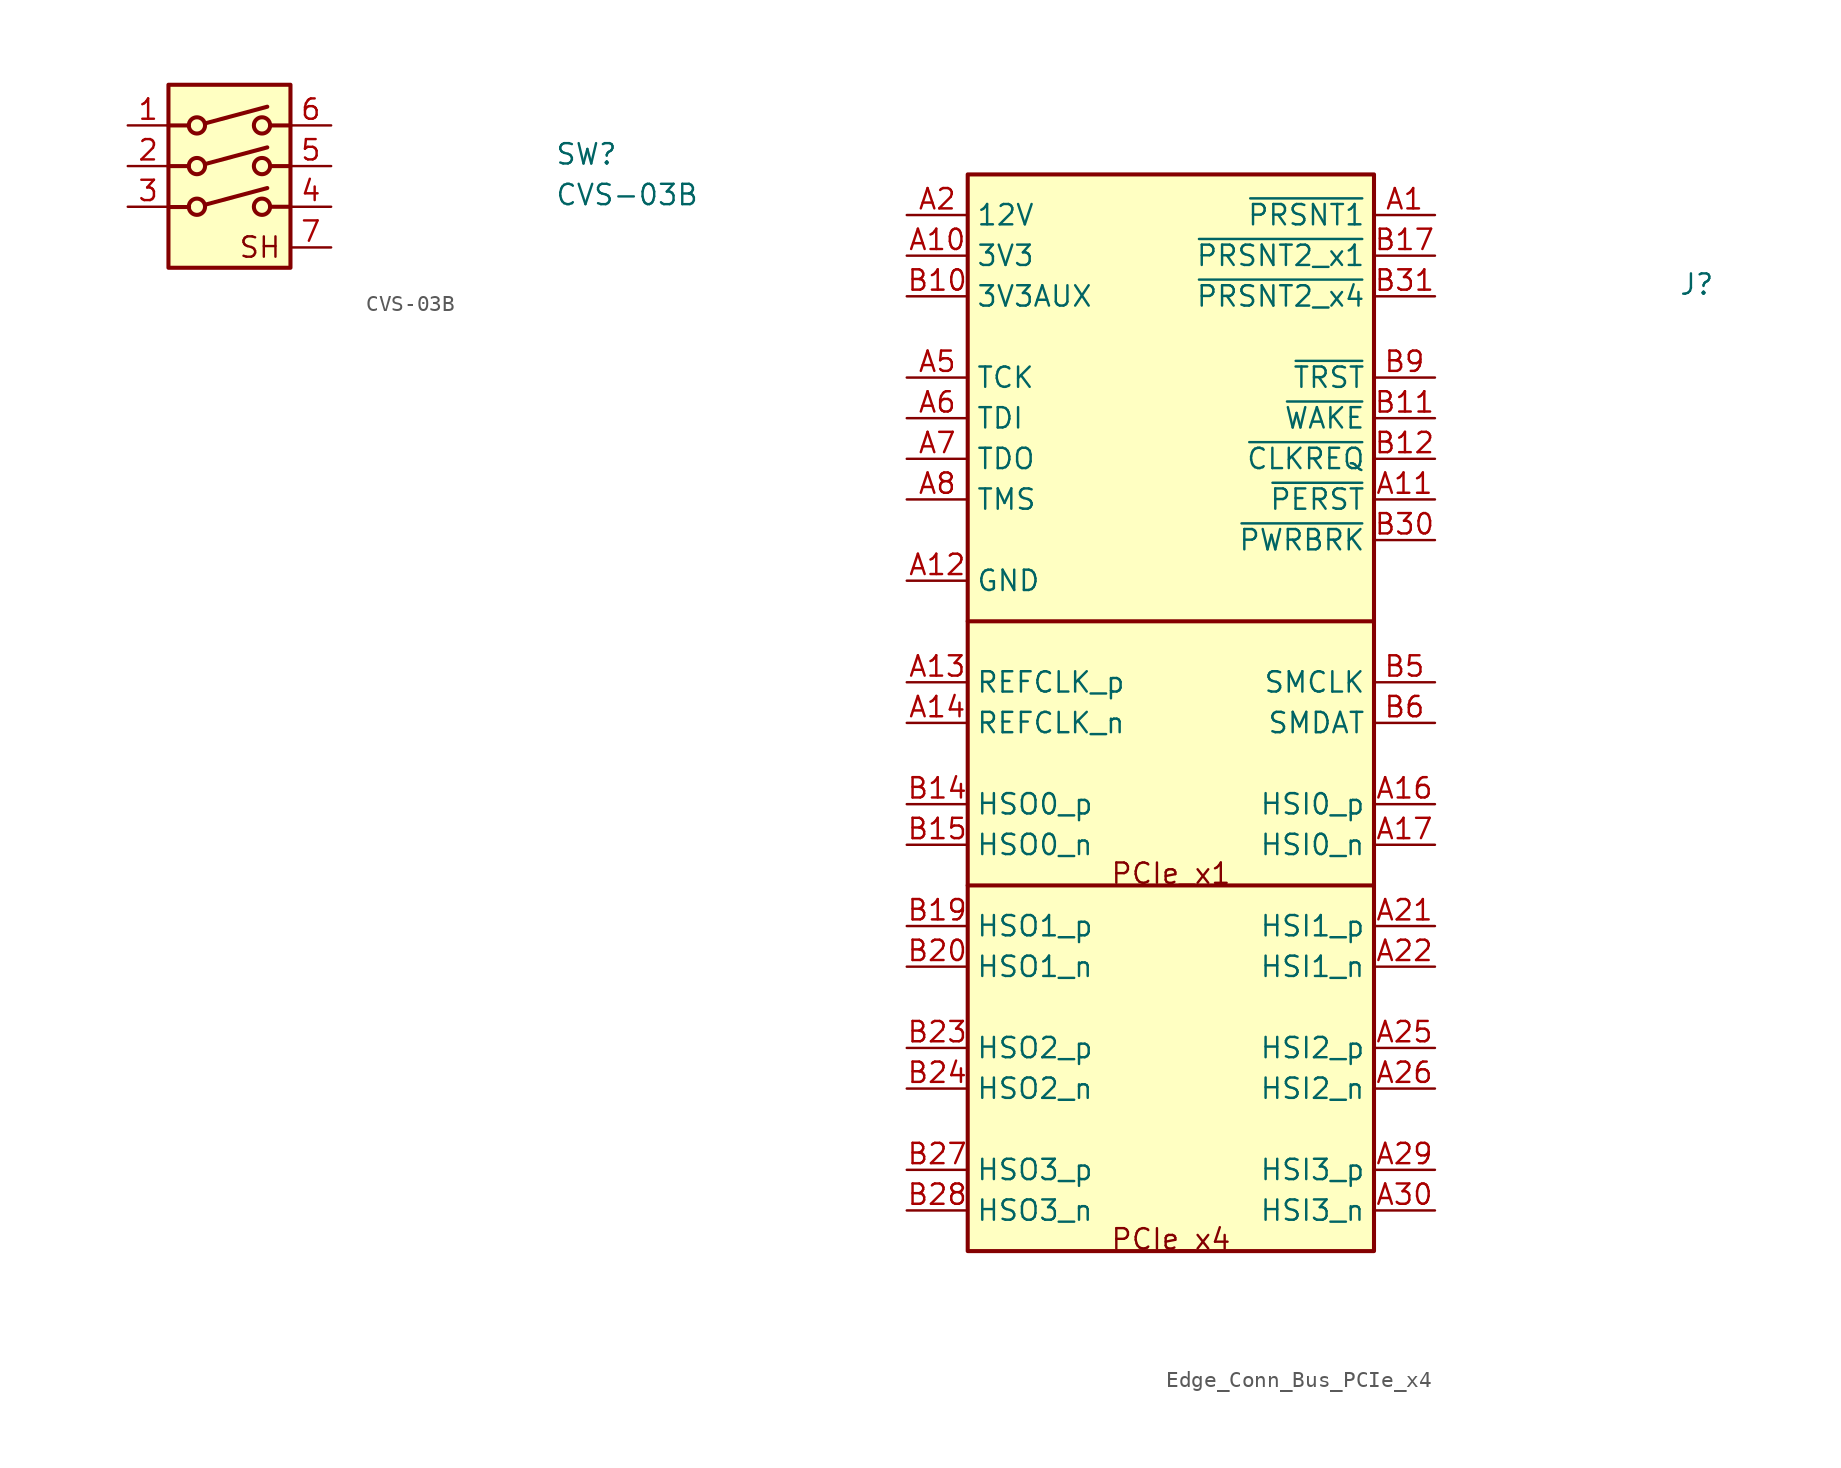
<source format=kicad_sym>
(kicad_symbol_lib
  (version 20211014)
  (generator kicad_symbol_editor)
  (symbol "CVS-03B"
    (pin_names hide)
    (property "Reference" "SW"
      (at 26.67 -2.54 0)
      (effects (font (size 1.27 1.27) (thickness 0.15)) (justify left bottom)))
    (property "Value" "CVS-03B"
      (at 26.67 -5.08 0)
      (effects (font (size 1.27 1.27) (thickness 0.15)) (justify left bottom)))
    (symbol "CVS-03B_1_1"
      (polyline (pts (xy 3.81 -2.54) (xy 2.54 -2.54)) (stroke (width 0.254) (type default) (color 0 0 0 0)) (fill (type none)))
      (polyline (pts (xy 3.81 0) (xy 2.54 0)) (stroke (width 0.254) (type default) (color 0 0 0 0)) (fill (type none)))
      (polyline (pts (xy 3.827 -5.098) (xy 2.557 -5.098)) (stroke (width 0.254) (type default) (color 0 0 0 0)) (fill (type none)))
      (polyline (pts (xy 4.826 -4.953) (xy 8.712 -3.912)) (stroke (width 0.254) (type default) (color 0 0 0 0)) (fill (type none)))
      (polyline (pts (xy 4.826 -2.413) (xy 8.712 -1.372)) (stroke (width 0.254) (type default) (color 0 0 0 0)) (fill (type none)))
      (polyline (pts (xy 4.826 0.127) (xy 8.712 1.168)) (stroke (width 0.254) (type default) (color 0 0 0 0)) (fill (type none)))
      (polyline (pts (xy 10.16 -5.08) (xy 8.89 -5.08)) (stroke (width 0.254) (type default) (color 0 0 0 0)) (fill (type none)))
      (polyline (pts (xy 10.16 -2.54) (xy 8.89 -2.54)) (stroke (width 0.254) (type default) (color 0 0 0 0)) (fill (type none)))
      (polyline (pts (xy 10.16 0) (xy 8.89 0)) (stroke (width 0.254) (type default) (color 0 0 0 0)) (fill (type none)))
      (rectangle (start 2.54 2.54) (end 10.16 -8.89) (stroke (width 0.254) (type default) (color 0 0 0 0)) (fill (type background)))
      (circle (center 4.318 -5.08) (radius 0.508) (stroke (width 0.254) (type default) (color 0 0 0 0)) (fill (type none)))
      (circle (center 4.318 -2.54) (radius 0.508) (stroke (width 0.254) (type default) (color 0 0 0 0)) (fill (type none)))
      (circle (center 4.318 0) (radius 0.508) (stroke (width 0.254) (type default) (color 0 0 0 0)) (fill (type none)))
      (circle (center 8.382 -5.08) (radius 0.508) (stroke (width 0.254) (type default) (color 0 0 0 0)) (fill (type none)))
      (circle (center 8.382 -2.54) (radius 0.508) (stroke (width 0.254) (type default) (color 0 0 0 0)) (fill (type none)))
      (circle (center 8.382 0) (radius 0.508) (stroke (width 0.254) (type default) (color 0 0 0 0)) (fill (type none)))
      (text "SH" (at 8.255 -7.62 0) (effects (font (size 1.27 1.27) (thickness 0.15))))
      (pin passive line (at 0 0 0) (length 2.54) (name "1" (effects (font (size 1.27 1.27)))) (number "1" (effects (font (size 1.27 1.27)))))
      (pin passive line (at 0 -2.54 0) (length 2.54) (name "2" (effects (font (size 1.27 1.27)))) (number "2" (effects (font (size 1.27 1.27)))))
      (pin passive line (at 0 -5.08 0) (length 2.54) (name "3" (effects (font (size 1.27 1.27)))) (number "3" (effects (font (size 1.27 1.27)))))
      (pin passive line (at 12.7 -5.08 180) (length 2.54) (name "4" (effects (font (size 1.27 1.27)))) (number "4" (effects (font (size 1.27 1.27)))))
      (pin passive line (at 12.7 -2.54 180) (length 2.54) (name "5" (effects (font (size 1.27 1.27)))) (number "5" (effects (font (size 1.27 1.27)))))
      (pin passive line (at 12.7 0 180) (length 2.54) (name "6" (effects (font (size 1.27 1.27)))) (number "6" (effects (font (size 1.27 1.27)))))
      (pin power_in line (at 12.7 -7.62 180) (length 2.54) (name "7" (effects (font (size 1.27 1.27)))) (number "7" (effects (font (size 1.27 1.27)))))))
  (symbol "Edge_Conn_Bus_PCIe_x4"
    (property "Reference" "J"
      (at 48.26 -5.08 0)
      (effects (font (size 1.27 1.27) (thickness 0.15)) (justify left bottom)))
    (property "MPN" ""
      (at 48.26 -10.16 0)
      (effects (font (size 1.27 1.27) (thickness 0.15)) (justify left bottom)))
    (symbol "Edge_Conn_Bus_PCIe_x4_1_1"
      (polyline (pts (xy 29.21 -41.91) (xy 3.81 -41.91)) (stroke (width 0.254) (type default) (color 0 0 0 0)) (fill (type background)))
      (polyline (pts (xy 29.21 -25.4) (xy 3.81 -25.4)) (stroke (width 0.254) (type default) (color 0 0 0 0)) (fill (type background)))
      (rectangle (start 3.81 2.54) (end 29.21 -64.77) (stroke (width 0.254) (type default) (color 0 0 0 0)) (fill (type background)))
      (text "PCIe_x1" (at 12.7 -41.91 0) (effects (font (size 1.27 1.27) (thickness 0.15)) (justify left bottom)))
      (text "PCIe_x4" (at 12.7 -64.77 0) (effects (font (size 1.27 1.27) (thickness 0.15)) (justify left bottom)))
      (pin passive line (at 33.02 0 180) (length 3.81) (name "~{PRSNT1}" (effects (font (size 1.27 1.27)))) (number "A1" (effects (font (size 1.27 1.27)))))
      (pin power_in line (at 0 -2.54 0) (length 3.81) (name "3V3" (effects (font (size 1.27 1.27)))) (number "A10" (effects (font (size 1.27 1.27)))))
      (pin open_collector line (at 33.02 -17.78 180) (length 3.81) (name "~{PERST}" (effects (font (size 1.27 1.27)))) (number "A11" (effects (font (size 1.27 1.27)))))
      (pin passive line (at 0 -22.86 0) (length 3.81) (name "GND" (effects (font (size 1.27 1.27)))) (number "A12" (effects (font (size 1.27 1.27)))))
      (pin input line (at 0 -29.21 0) (length 3.81) (name "REFCLK_p" (effects (font (size 1.27 1.27)))) (number "A13" (effects (font (size 1.27 1.27)))))
      (pin input line (at 0 -31.75 0) (length 3.81) (name "REFCLK_n" (effects (font (size 1.27 1.27)))) (number "A14" (effects (font (size 1.27 1.27)))))
      (pin passive line (at 0 -22.86 0) (length 3.81) hide (name "GND" (effects (font (size 1.27 1.27)))) (number "A15" (effects (font (size 1.27 1.27)))))
      (pin output line (at 33.02 -36.83 180) (length 3.81) (name "HSI0_p" (effects (font (size 1.27 1.27)))) (number "A16" (effects (font (size 1.27 1.27)))))
      (pin output line (at 33.02 -39.37 180) (length 3.81) (name "HSI0_n" (effects (font (size 1.27 1.27)))) (number "A17" (effects (font (size 1.27 1.27)))))
      (pin passive line (at 0 -22.86 0) (length 3.81) hide (name "GND" (effects (font (size 1.27 1.27)))) (number "A18" (effects (font (size 1.27 1.27)))))
      (pin no_connect line (at 29.21 -7.62 180) (length 3.81) hide (name "NC" (effects (font (size 1.27 1.27)))) (number "A19" (effects (font (size 1.27 1.27)))))
      (pin power_in line (at 0 0 0) (length 3.81) (name "12V" (effects (font (size 1.27 1.27)))) (number "A2" (effects (font (size 1.27 1.27)))))
      (pin passive line (at 0 -22.86 0) (length 3.81) hide (name "GND" (effects (font (size 1.27 1.27)))) (number "A20" (effects (font (size 1.27 1.27)))))
      (pin output line (at 33.02 -44.45 180) (length 3.81) (name "HSI1_p" (effects (font (size 1.27 1.27)))) (number "A21" (effects (font (size 1.27 1.27)))))
      (pin output line (at 33.02 -46.99 180) (length 3.81) (name "HSI1_n" (effects (font (size 1.27 1.27)))) (number "A22" (effects (font (size 1.27 1.27)))))
      (pin passive line (at 0 -22.86 0) (length 3.81) hide (name "GND" (effects (font (size 1.27 1.27)))) (number "A23" (effects (font (size 1.27 1.27)))))
      (pin passive line (at 0 -22.86 0) (length 3.81) hide (name "GND" (effects (font (size 1.27 1.27)))) (number "A24" (effects (font (size 1.27 1.27)))))
      (pin output line (at 33.02 -52.07 180) (length 3.81) (name "HSI2_p" (effects (font (size 1.27 1.27)))) (number "A25" (effects (font (size 1.27 1.27)))))
      (pin output line (at 33.02 -54.61 180) (length 3.81) (name "HSI2_n" (effects (font (size 1.27 1.27)))) (number "A26" (effects (font (size 1.27 1.27)))))
      (pin passive line (at 0 -22.86 0) (length 3.81) hide (name "GND" (effects (font (size 1.27 1.27)))) (number "A27" (effects (font (size 1.27 1.27)))))
      (pin passive line (at 0 -22.86 0) (length 3.81) hide (name "GND" (effects (font (size 1.27 1.27)))) (number "A28" (effects (font (size 1.27 1.27)))))
      (pin output line (at 33.02 -59.69 180) (length 3.81) (name "HSI3_p" (effects (font (size 1.27 1.27)))) (number "A29" (effects (font (size 1.27 1.27)))))
      (pin passive line (at 0 0 0) (length 3.81) hide (name "12V" (effects (font (size 1.27 1.27)))) (number "A3" (effects (font (size 1.27 1.27)))))
      (pin output line (at 33.02 -62.23 180) (length 3.81) (name "HSI3_n" (effects (font (size 1.27 1.27)))) (number "A30" (effects (font (size 1.27 1.27)))))
      (pin passive line (at 0 -22.86 0) (length 3.81) hide (name "GND" (effects (font (size 1.27 1.27)))) (number "A31" (effects (font (size 1.27 1.27)))))
      (pin no_connect line (at 3.81 -7.62 0) (length 3.81) hide (name "NC" (effects (font (size 1.27 1.27)))) (number "A32" (effects (font (size 1.27 1.27)))))
      (pin passive line (at 0 -22.86 0) (length 3.81) hide (name "GND" (effects (font (size 1.27 1.27)))) (number "A4" (effects (font (size 1.27 1.27)))))
      (pin input line (at 0 -10.16 0) (length 3.81) (name "TCK" (effects (font (size 1.27 1.27)))) (number "A5" (effects (font (size 1.27 1.27)))))
      (pin input line (at 0 -12.7 0) (length 3.81) (name "TDI" (effects (font (size 1.27 1.27)))) (number "A6" (effects (font (size 1.27 1.27)))))
      (pin output line (at 0 -15.24 0) (length 3.81) (name "TDO" (effects (font (size 1.27 1.27)))) (number "A7" (effects (font (size 1.27 1.27)))))
      (pin input line (at 0 -17.78 0) (length 3.81) (name "TMS" (effects (font (size 1.27 1.27)))) (number "A8" (effects (font (size 1.27 1.27)))))
      (pin passive line (at 0 -2.54 0) (length 3.81) hide (name "3V3" (effects (font (size 1.27 1.27)))) (number "A9" (effects (font (size 1.27 1.27)))))
      (pin passive line (at 0 0 0) (length 3.81) hide (name "12V" (effects (font (size 1.27 1.27)))) (number "B1" (effects (font (size 1.27 1.27)))))
      (pin power_in line (at 0 -5.08 0) (length 3.81) (name "3V3AUX" (effects (font (size 1.27 1.27)))) (number "B10" (effects (font (size 1.27 1.27)))))
      (pin open_collector line (at 33.02 -12.7 180) (length 3.81) (name "~{WAKE}" (effects (font (size 1.27 1.27)))) (number "B11" (effects (font (size 1.27 1.27)))))
      (pin open_collector line (at 33.02 -15.24 180) (length 3.81) (name "~{CLKREQ}" (effects (font (size 1.27 1.27)))) (number "B12" (effects (font (size 1.27 1.27)))))
      (pin passive line (at 0 -22.86 0) (length 3.81) hide (name "GND" (effects (font (size 1.27 1.27)))) (number "B13" (effects (font (size 1.27 1.27)))))
      (pin input line (at 0 -36.83 0) (length 3.81) (name "HSO0_p" (effects (font (size 1.27 1.27)))) (number "B14" (effects (font (size 1.27 1.27)))))
      (pin input line (at 0 -39.37 0) (length 3.81) (name "HSO0_n" (effects (font (size 1.27 1.27)))) (number "B15" (effects (font (size 1.27 1.27)))))
      (pin passive line (at 0 -22.86 0) (length 3.81) hide (name "GND" (effects (font (size 1.27 1.27)))) (number "B16" (effects (font (size 1.27 1.27)))))
      (pin passive line (at 33.02 -2.54 180) (length 3.81) (name "~{PRSNT2_x1}" (effects (font (size 1.27 1.27)))) (number "B17" (effects (font (size 1.27 1.27)))))
      (pin passive line (at 0 -22.86 0) (length 3.81) hide (name "GND" (effects (font (size 1.27 1.27)))) (number "B18" (effects (font (size 1.27 1.27)))))
      (pin input line (at 0 -44.45 0) (length 3.81) (name "HSO1_p" (effects (font (size 1.27 1.27)))) (number "B19" (effects (font (size 1.27 1.27)))))
      (pin passive line (at 0 0 0) (length 3.81) hide (name "12V" (effects (font (size 1.27 1.27)))) (number "B2" (effects (font (size 1.27 1.27)))))
      (pin input line (at 0 -46.99 0) (length 3.81) (name "HSO1_n" (effects (font (size 1.27 1.27)))) (number "B20" (effects (font (size 1.27 1.27)))))
      (pin passive line (at 0 -22.86 0) (length 3.81) hide (name "GND" (effects (font (size 1.27 1.27)))) (number "B21" (effects (font (size 1.27 1.27)))))
      (pin passive line (at 0 -22.86 0) (length 3.81) hide (name "GND" (effects (font (size 1.27 1.27)))) (number "B22" (effects (font (size 1.27 1.27)))))
      (pin input line (at 0 -52.07 0) (length 3.81) (name "HSO2_p" (effects (font (size 1.27 1.27)))) (number "B23" (effects (font (size 1.27 1.27)))))
      (pin input line (at 0 -54.61 0) (length 3.81) (name "HSO2_n" (effects (font (size 1.27 1.27)))) (number "B24" (effects (font (size 1.27 1.27)))))
      (pin passive line (at 0 -22.86 0) (length 3.81) hide (name "GND" (effects (font (size 1.27 1.27)))) (number "B25" (effects (font (size 1.27 1.27)))))
      (pin passive line (at 0 -22.86 0) (length 3.81) hide (name "GND" (effects (font (size 1.27 1.27)))) (number "B26" (effects (font (size 1.27 1.27)))))
      (pin input line (at 0 -59.69 0) (length 3.81) (name "HSO3_p" (effects (font (size 1.27 1.27)))) (number "B27" (effects (font (size 1.27 1.27)))))
      (pin input line (at 0 -62.23 0) (length 3.81) (name "HSO3_n" (effects (font (size 1.27 1.27)))) (number "B28" (effects (font (size 1.27 1.27)))))
      (pin passive line (at 0 -22.86 0) (length 3.81) hide (name "GND" (effects (font (size 1.27 1.27)))) (number "B29" (effects (font (size 1.27 1.27)))))
      (pin passive line (at 0 0 0) (length 3.81) hide (name "12V" (effects (font (size 1.27 1.27)))) (number "B3" (effects (font (size 1.27 1.27)))))
      (pin open_collector line (at 33.02 -20.32 180) (length 3.81) (name "~{PWRBRK}" (effects (font (size 1.27 1.27)))) (number "B30" (effects (font (size 1.27 1.27)))))
      (pin passive line (at 33.02 -5.08 180) (length 3.81) (name "~{PRSNT2_x4}" (effects (font (size 1.27 1.27)))) (number "B31" (effects (font (size 1.27 1.27)))))
      (pin passive line (at 0 -22.86 0) (length 3.81) hide (name "GND" (effects (font (size 1.27 1.27)))) (number "B32" (effects (font (size 1.27 1.27)))))
      (pin passive line (at 0 -22.86 0) (length 3.81) hide (name "GND" (effects (font (size 1.27 1.27)))) (number "B4" (effects (font (size 1.27 1.27)))))
      (pin open_collector line (at 33.02 -29.21 180) (length 3.81) (name "SMCLK" (effects (font (size 1.27 1.27)))) (number "B5" (effects (font (size 1.27 1.27)))))
      (pin open_collector line (at 33.02 -31.75 180) (length 3.81) (name "SMDAT" (effects (font (size 1.27 1.27)))) (number "B6" (effects (font (size 1.27 1.27)))))
      (pin passive line (at 0 -22.86 0) (length 3.81) hide (name "GND" (effects (font (size 1.27 1.27)))) (number "B7" (effects (font (size 1.27 1.27)))))
      (pin passive line (at 0 -2.54 0) (length 3.81) hide (name "3V3" (effects (font (size 1.27 1.27)))) (number "B8" (effects (font (size 1.27 1.27)))))
      (pin input line (at 33.02 -10.16 180) (length 3.81) (name "~{TRST}" (effects (font (size 1.27 1.27)))) (number "B9" (effects (font (size 1.27 1.27))))))))
</source>
